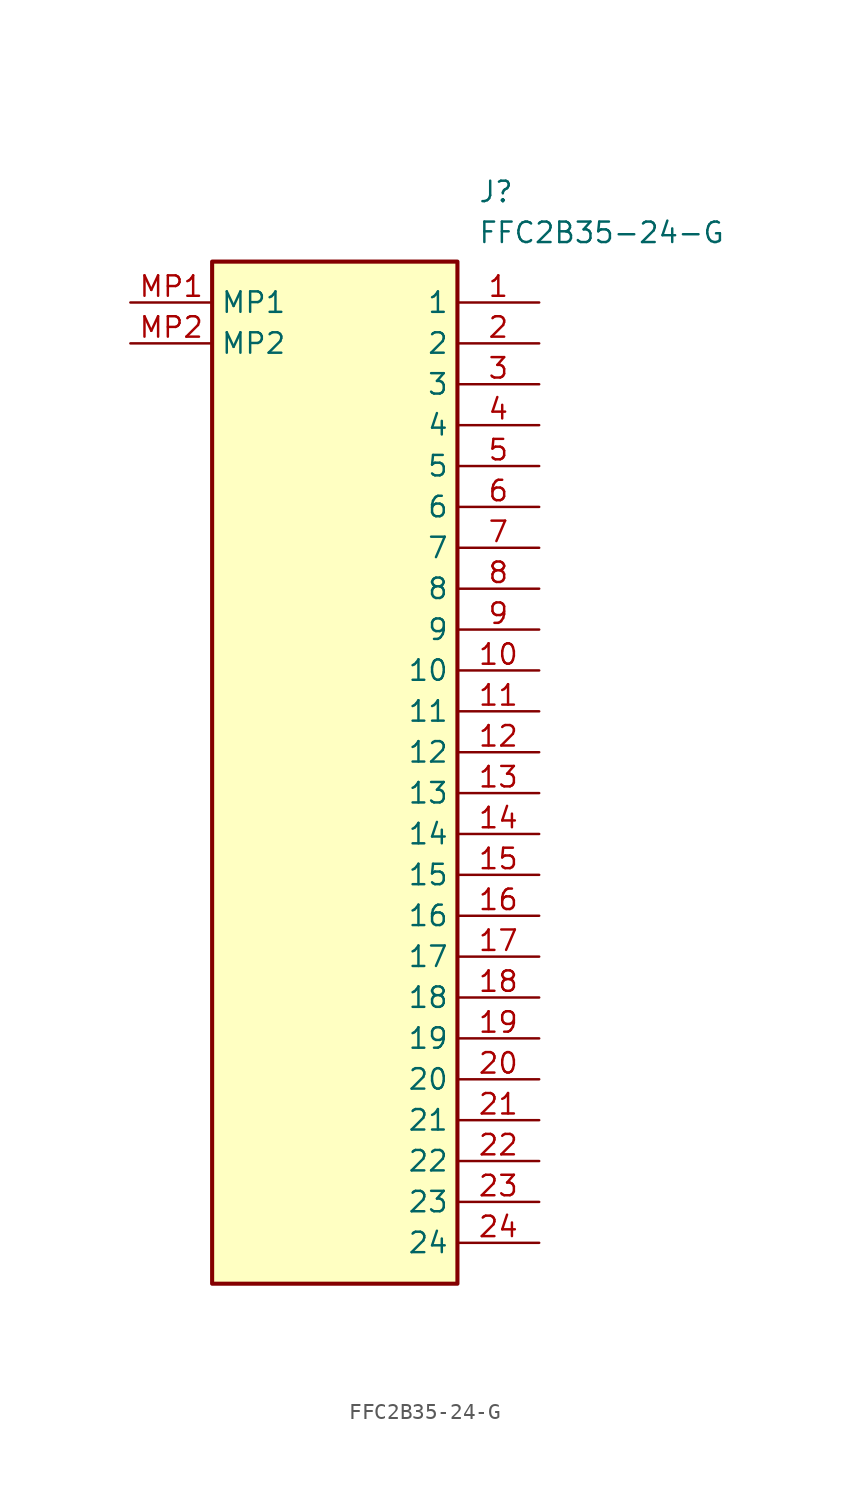
<source format=kicad_sym>
(kicad_symbol_lib
  (version 20211014)
  (generator SamacSys_ECAD_Model)
  (symbol "FFC2B35-24-G"
    (property "Reference" "J"
      (at 21.59 7.62 0)
      (effects (font (size 1.27 1.27)) (justify left top)))
    (property "Value" "FFC2B35-24-G"
      (at 21.59 5.08 0)
      (effects (font (size 1.27 1.27)) (justify left top)))
    (rectangle
      (start 5.08 2.54)
      (end 20.32 -60.96)
      (stroke (width 0.254) (type default))
      (fill (type background)))
    (pin passive line
      (at 25.4 0 180)
      (length 5.08)
      (name "1" (effects (font (size 1.27 1.27))))
      (number "1" (effects (font (size 1.27 1.27)))))
    (pin passive line
      (at 25.4 -2.54 180)
      (length 5.08)
      (name "2" (effects (font (size 1.27 1.27))))
      (number "2" (effects (font (size 1.27 1.27)))))
    (pin passive line
      (at 25.4 -5.08 180)
      (length 5.08)
      (name "3" (effects (font (size 1.27 1.27))))
      (number "3" (effects (font (size 1.27 1.27)))))
    (pin passive line
      (at 25.4 -7.62 180)
      (length 5.08)
      (name "4" (effects (font (size 1.27 1.27))))
      (number "4" (effects (font (size 1.27 1.27)))))
    (pin passive line
      (at 25.4 -10.16 180)
      (length 5.08)
      (name "5" (effects (font (size 1.27 1.27))))
      (number "5" (effects (font (size 1.27 1.27)))))
    (pin passive line
      (at 25.4 -12.7 180)
      (length 5.08)
      (name "6" (effects (font (size 1.27 1.27))))
      (number "6" (effects (font (size 1.27 1.27)))))
    (pin passive line
      (at 25.4 -15.24 180)
      (length 5.08)
      (name "7" (effects (font (size 1.27 1.27))))
      (number "7" (effects (font (size 1.27 1.27)))))
    (pin passive line
      (at 25.4 -17.78 180)
      (length 5.08)
      (name "8" (effects (font (size 1.27 1.27))))
      (number "8" (effects (font (size 1.27 1.27)))))
    (pin passive line
      (at 25.4 -20.32 180)
      (length 5.08)
      (name "9" (effects (font (size 1.27 1.27))))
      (number "9" (effects (font (size 1.27 1.27)))))
    (pin passive line
      (at 25.4 -22.86 180)
      (length 5.08)
      (name "10" (effects (font (size 1.27 1.27))))
      (number "10" (effects (font (size 1.27 1.27)))))
    (pin passive line
      (at 25.4 -25.4 180)
      (length 5.08)
      (name "11" (effects (font (size 1.27 1.27))))
      (number "11" (effects (font (size 1.27 1.27)))))
    (pin passive line
      (at 25.4 -27.94 180)
      (length 5.08)
      (name "12" (effects (font (size 1.27 1.27))))
      (number "12" (effects (font (size 1.27 1.27)))))
    (pin passive line
      (at 25.4 -30.48 180)
      (length 5.08)
      (name "13" (effects (font (size 1.27 1.27))))
      (number "13" (effects (font (size 1.27 1.27)))))
    (pin passive line
      (at 25.4 -33.02 180)
      (length 5.08)
      (name "14" (effects (font (size 1.27 1.27))))
      (number "14" (effects (font (size 1.27 1.27)))))
    (pin passive line
      (at 25.4 -35.56 180)
      (length 5.08)
      (name "15" (effects (font (size 1.27 1.27))))
      (number "15" (effects (font (size 1.27 1.27)))))
    (pin passive line
      (at 25.4 -38.1 180)
      (length 5.08)
      (name "16" (effects (font (size 1.27 1.27))))
      (number "16" (effects (font (size 1.27 1.27)))))
    (pin passive line
      (at 25.4 -40.64 180)
      (length 5.08)
      (name "17" (effects (font (size 1.27 1.27))))
      (number "17" (effects (font (size 1.27 1.27)))))
    (pin passive line
      (at 25.4 -43.18 180)
      (length 5.08)
      (name "18" (effects (font (size 1.27 1.27))))
      (number "18" (effects (font (size 1.27 1.27)))))
    (pin passive line
      (at 25.4 -45.72 180)
      (length 5.08)
      (name "19" (effects (font (size 1.27 1.27))))
      (number "19" (effects (font (size 1.27 1.27)))))
    (pin passive line
      (at 25.4 -48.26 180)
      (length 5.08)
      (name "20" (effects (font (size 1.27 1.27))))
      (number "20" (effects (font (size 1.27 1.27)))))
    (pin passive line
      (at 25.4 -50.8 180)
      (length 5.08)
      (name "21" (effects (font (size 1.27 1.27))))
      (number "21" (effects (font (size 1.27 1.27)))))
    (pin passive line
      (at 25.4 -53.34 180)
      (length 5.08)
      (name "22" (effects (font (size 1.27 1.27))))
      (number "22" (effects (font (size 1.27 1.27)))))
    (pin passive line
      (at 25.4 -55.88 180)
      (length 5.08)
      (name "23" (effects (font (size 1.27 1.27))))
      (number "23" (effects (font (size 1.27 1.27)))))
    (pin passive line
      (at 25.4 -58.42 180)
      (length 5.08)
      (name "24" (effects (font (size 1.27 1.27))))
      (number "24" (effects (font (size 1.27 1.27)))))
    (pin passive line
      (at 0 0 0)
      (length 5.08)
      (name "MP1" (effects (font (size 1.27 1.27))))
      (number "MP1" (effects (font (size 1.27 1.27)))))
    (pin passive line
      (at 0 -2.54 0)
      (length 5.08)
      (name "MP2" (effects (font (size 1.27 1.27))))
      (number "MP2" (effects (font (size 1.27 1.27)))))))
</source>
